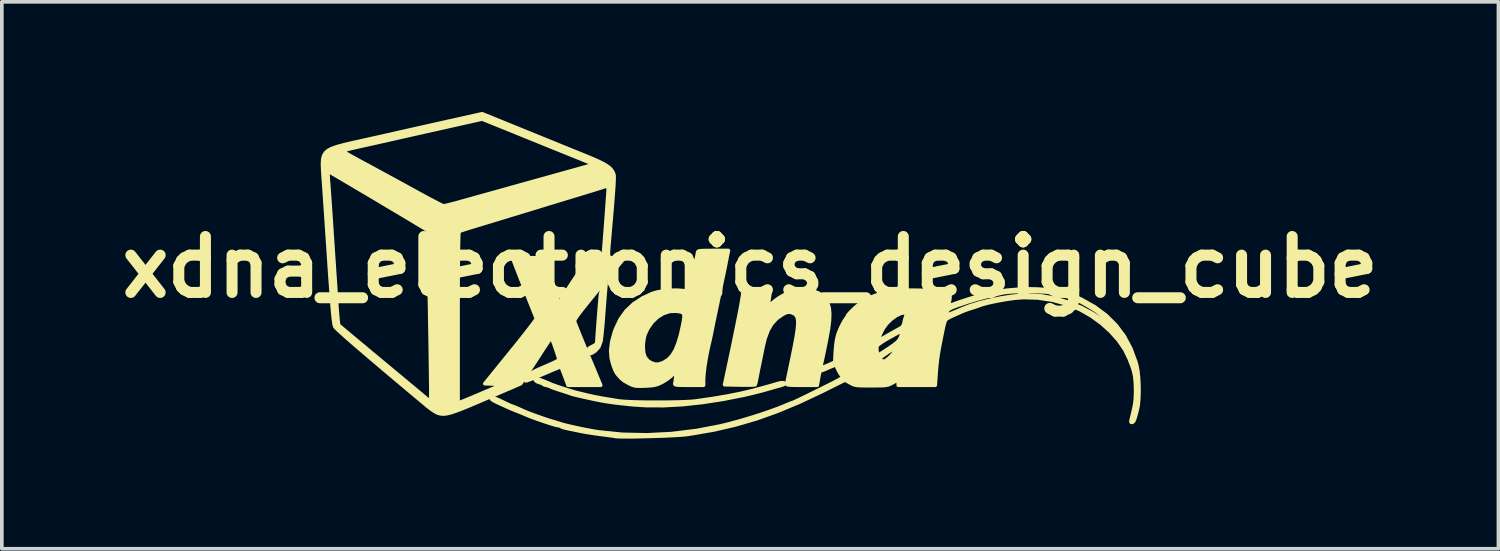
<source format=kicad_pcb>
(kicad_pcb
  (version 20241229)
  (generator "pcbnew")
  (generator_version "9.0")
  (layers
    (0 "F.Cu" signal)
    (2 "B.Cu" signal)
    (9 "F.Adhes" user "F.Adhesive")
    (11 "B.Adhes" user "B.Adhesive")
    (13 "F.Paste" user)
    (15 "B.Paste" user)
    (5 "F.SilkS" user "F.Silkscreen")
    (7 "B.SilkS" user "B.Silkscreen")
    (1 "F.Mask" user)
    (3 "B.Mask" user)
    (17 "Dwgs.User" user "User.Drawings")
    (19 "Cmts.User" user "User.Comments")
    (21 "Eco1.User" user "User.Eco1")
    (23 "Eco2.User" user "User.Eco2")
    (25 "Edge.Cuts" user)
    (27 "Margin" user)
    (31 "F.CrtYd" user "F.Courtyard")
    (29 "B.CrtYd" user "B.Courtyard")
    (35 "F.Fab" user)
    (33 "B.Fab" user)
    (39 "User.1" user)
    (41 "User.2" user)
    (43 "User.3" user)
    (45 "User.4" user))
  (footprint "xdna_electronics_design_cube"
    (layer "F.Cu")
    (at 17.388 4.228)
    (property "Reference" "xdna_electronics_design_cube" (at 0 0 0) (layer "F.SilkS") (effects (font (size 1.524 1.524) (thickness 0.3))))
    (attr through_hole)
    (fp_poly (pts (xy -3.924 0.437) (xy -3.937 0.564) (xy -3.943 0.631) (xy -3.952 0.743) (xy -3.964 0.89) (xy -3.977 1.061) (xy -3.991 1.246) (xy -3.994 1.284) (xy -4.008 1.471) (xy -4.024 1.649) (xy -4.039 1.806) (xy -4.053 1.93) (xy -4.064 2.011) (xy -4.066 2.021) (xy -4.121 2.169) (xy -4.222 2.283) (xy -4.308 2.338) (xy -4.355 2.354) (xy -4.379 2.327) (xy -4.385 2.306) (xy -4.398 2.249) (xy -4.39 2.215) (xy -4.35 2.187) (xy -4.29 2.159) (xy -4.22 2.118) (xy -4.18 2.076) (xy -4.177 2.063) (xy -4.174 2.012) (xy -4.168 1.916) (xy -4.159 1.784) (xy -4.148 1.628) (xy -4.135 1.457) (xy -4.121 1.283) (xy -4.108 1.116) (xy -4.096 0.967) (xy -4.085 0.846) (xy -4.078 0.763) (xy -4.076 0.745) (xy -4.043 0.612) (xy -3.991 0.519) (xy -3.924 0.437)) (stroke (width 0.1) (type solid)) (fill yes) (layer "F.SilkS"))
    (fp_poly (pts (xy 0.94 3.173) (xy 0.924 3.191) (xy 0.869 3.213) (xy 0.768 3.242) (xy 0.72 3.255) (xy 0.662 3.271) (xy 0.573 3.297) (xy 0.508 3.316) (xy 0.267 3.383) (xy -0.021 3.454) (xy -0.169 3.488) (xy -0.74 3.601) (xy -1.299 3.687) (xy -1.838 3.745) (xy -2.351 3.773) (xy -2.829 3.772) (xy -3.175 3.75) (xy -3.434 3.724) (xy -3.651 3.7) (xy -3.841 3.674) (xy -4.019 3.645) (xy -4.198 3.61) (xy -4.374 3.572) (xy -4.547 3.534) (xy -4.674 3.505) (xy -4.763 3.484) (xy -4.823 3.469) (xy -4.863 3.457) (xy -4.893 3.447) (xy -4.897 3.445) (xy -4.95 3.426) (xy -5.04 3.396) (xy -5.148 3.362) (xy -5.165 3.357) (xy -5.276 3.32) (xy -5.375 3.285) (xy -5.442 3.257) (xy -5.447 3.254) (xy -5.517 3.227) (xy -5.565 3.218) (xy -5.615 3.204) (xy -5.629 3.191) (xy -5.666 3.167) (xy -5.727 3.147) (xy -5.794 3.124) (xy -5.841 3.093) (xy -5.857 3.065) (xy -5.835 3.049) (xy -5.821 3.048) (xy -5.78 3.053) (xy -5.719 3.072) (xy -5.628 3.107) (xy -5.498 3.161) (xy -5.433 3.189) (xy -5.36 3.217) (xy -5.25 3.256) (xy -5.119 3.3) (xy -4.983 3.344) (xy -4.859 3.382) (xy -4.763 3.41) (xy -4.741 3.416) (xy -4.64 3.44) (xy -4.518 3.47) (xy -4.445 3.488) (xy -4.281 3.525) (xy -4.072 3.565) (xy -3.826 3.607) (xy -3.57 3.648) (xy -3.461 3.659) (xy -3.306 3.668) (xy -3.115 3.675) (xy -2.897 3.68) (xy -2.664 3.682) (xy -2.424 3.682) (xy -2.188 3.68) (xy -1.967 3.676) (xy -1.769 3.669) (xy -1.606 3.66) (xy -1.487 3.649) (xy -1.482 3.648) (xy -1.026 3.582) (xy -0.623 3.514) (xy -0.271 3.444) (xy 0.034 3.372) (xy 0.085 3.359) (xy 0.301 3.301) (xy 0.47 3.254) (xy 0.6 3.218) (xy 0.697 3.189) (xy 0.757 3.171) (xy 0.855 3.149) (xy 0.92 3.155) (xy 0.923 3.157) (xy 0.94 3.173)) (stroke (width 0.1) (type solid)) (fill yes) (layer "F.SilkS"))
    (fp_poly (pts (xy -0.592 -0.452) (xy -0.605 -0.388) (xy -0.619 -0.325) (xy -0.637 -0.231) (xy -0.649 -0.169) (xy -0.671 -0.057) (xy -0.698 0.078) (xy -0.72 0.183) (xy -0.758 0.36) (xy -0.8 0.561) (xy -0.849 0.8) (xy -0.887 0.988) (xy -0.917 1.129) (xy -0.949 1.282) (xy -0.973 1.397) (xy -1 1.526) (xy -1.027 1.659) (xy -1.045 1.75) (xy -1.066 1.856) (xy -1.095 1.989) (xy -1.126 2.122) (xy -1.128 2.131) (xy -1.17 2.322) (xy -1.207 2.522) (xy -1.238 2.718) (xy -1.259 2.893) (xy -1.269 3.033) (xy -1.27 3.064) (xy -1.27 3.217) (xy -1.667 3.217) (xy -1.8 3.217) (xy -1.8 1.368) (xy -1.801 1.294) (xy -1.824 1.249) (xy -1.872 1.223) (xy -1.948 1.208) (xy -2.014 1.199) (xy -2.191 1.205) (xy -2.365 1.262) (xy -2.528 1.363) (xy -2.674 1.504) (xy -2.794 1.679) (xy -2.868 1.842) (xy -2.891 1.934) (xy -2.909 2.055) (xy -2.915 2.16) (xy -2.904 2.332) (xy -2.86 2.463) (xy -2.78 2.558) (xy -2.708 2.603) (xy -2.599 2.644) (xy -2.497 2.646) (xy -2.38 2.607) (xy -2.351 2.594) (xy -2.232 2.518) (xy -2.13 2.412) (xy -2.042 2.269) (xy -1.966 2.085) (xy -1.897 1.854) (xy -1.848 1.637) (xy -1.816 1.48) (xy -1.8 1.368) (xy -1.8 3.217) (xy -1.824 3.217) (xy -1.933 3.215) (xy -2.001 3.21) (xy -2.038 3.201) (xy -2.051 3.187) (xy -2.05 3.168) (xy -2.039 3.115) (xy -2.029 3.039) (xy -2.021 2.956) (xy -2.015 2.881) (xy -2.015 2.829) (xy -2.019 2.814) (xy -2.021 2.817) (xy -2.072 2.888) (xy -2.159 2.972) (xy -2.268 3.056) (xy -2.385 3.129) (xy -2.411 3.142) (xy -2.5 3.184) (xy -2.58 3.21) (xy -2.67 3.226) (xy -2.787 3.235) (xy -2.865 3.239) (xy -2.997 3.242) (xy -3.089 3.24) (xy -3.16 3.229) (xy -3.226 3.206) (xy -3.305 3.168) (xy -3.314 3.164) (xy -3.423 3.102) (xy -3.509 3.035) (xy -3.593 2.943) (xy -3.633 2.893) (xy -3.673 2.822) (xy -3.716 2.714) (xy -3.756 2.589) (xy -3.783 2.475) (xy -3.798 2.269) (xy -3.769 2.034) (xy -3.698 1.774) (xy -3.663 1.679) (xy -3.538 1.417) (xy -3.377 1.193) (xy -3.176 1.003) (xy -2.931 0.842) (xy -2.669 0.72) (xy -2.537 0.681) (xy -2.369 0.651) (xy -2.186 0.633) (xy -2.008 0.628) (xy -1.856 0.638) (xy -1.85 0.639) (xy -1.736 0.652) (xy -1.67 0.651) (xy -1.649 0.637) (xy -1.638 0.595) (xy -1.618 0.509) (xy -1.592 0.39) (xy -1.562 0.25) (xy -1.531 0.1) (xy -1.5 -0.048) (xy -1.472 -0.184) (xy -1.45 -0.295) (xy -1.435 -0.371) (xy -1.431 -0.398) (xy -1.426 -0.419) (xy -1.409 -0.433) (xy -1.37 -0.443) (xy -1.302 -0.448) (xy -1.197 -0.451) (xy -1.045 -0.452) (xy -1.009 -0.452) (xy -0.592 -0.452)) (stroke (width 0.1) (type solid)) (fill yes) (layer "F.SilkS"))
    (fp_poly (pts (xy -3.436 -0.24) (xy -3.867 0.283) (xy -3.867 -2.111) (xy -3.872 -2.181) (xy -3.883 -2.217) (xy -3.89 -2.218) (xy -3.923 -2.206) (xy -4.002 -2.18) (xy -4.12 -2.143) (xy -4.268 -2.097) (xy -4.271 -2.096) (xy -4.271 -2.805) (xy -4.272 -2.811) (xy -4.283 -2.816) (xy -4.299 -2.821) (xy -4.304 -2.823) (xy -4.346 -2.839) (xy -4.434 -2.874) (xy -4.562 -2.926) (xy -4.724 -2.992) (xy -4.915 -3.069) (xy -5.127 -3.155) (xy -5.356 -3.247) (xy -5.595 -3.344) (xy -5.838 -3.443) (xy -6.079 -3.54) (xy -6.152 -3.57) (xy -6.336 -3.645) (xy -6.536 -3.726) (xy -6.731 -3.805) (xy -6.902 -3.874) (xy -6.946 -3.891) (xy -7.301 -4.035) (xy -7.665 -3.954) (xy -8.07 -3.863) (xy -8.485 -3.77) (xy -8.894 -3.678) (xy -9.283 -3.591) (xy -9.637 -3.511) (xy -9.751 -3.485) (xy -9.957 -3.438) (xy -10.176 -3.389) (xy -10.392 -3.341) (xy -10.586 -3.298) (xy -10.717 -3.269) (xy -10.857 -3.237) (xy -10.974 -3.207) (xy -11.059 -3.182) (xy -11.102 -3.164) (xy -11.105 -3.16) (xy -11.077 -3.141) (xy -11.007 -3.1) (xy -10.9 -3.039) (xy -10.763 -2.963) (xy -10.603 -2.875) (xy -10.435 -2.785) (xy -10.215 -2.666) (xy -9.963 -2.529) (xy -9.697 -2.384) (xy -9.433 -2.24) (xy -9.189 -2.106) (xy -9.088 -2.05) (xy -8.906 -1.951) (xy -8.739 -1.861) (xy -8.594 -1.785) (xy -8.477 -1.724) (xy -8.395 -1.684) (xy -8.355 -1.668) (xy -8.354 -1.668) (xy -8.313 -1.674) (xy -8.228 -1.694) (xy -8.111 -1.723) (xy -7.972 -1.76) (xy -7.916 -1.776) (xy -7.78 -1.814) (xy -7.601 -1.864) (xy -7.393 -1.922) (xy -7.167 -1.985) (xy -6.936 -2.049) (xy -6.745 -2.102) (xy -6.49 -2.174) (xy -6.203 -2.254) (xy -5.903 -2.337) (xy -5.609 -2.419) (xy -5.341 -2.494) (xy -5.221 -2.527) (xy -4.964 -2.599) (xy -4.755 -2.657) (xy -4.592 -2.703) (xy -4.468 -2.738) (xy -4.379 -2.764) (xy -4.319 -2.783) (xy -4.285 -2.796) (xy -4.271 -2.805) (xy -4.271 -2.096) (xy -4.439 -2.044) (xy -4.561 -2.007) (xy -4.765 -1.945) (xy -5.008 -1.871) (xy -5.275 -1.79) (xy -5.551 -1.706) (xy -5.821 -1.623) (xy -6.054 -1.552) (xy -6.293 -1.479) (xy -6.543 -1.403) (xy -6.791 -1.327) (xy -7.024 -1.256) (xy -7.229 -1.194) (xy -7.393 -1.144) (xy -7.402 -1.142) (xy -7.562 -1.093) (xy -7.705 -1.049) (xy -7.819 -1.012) (xy -7.898 -0.986) (xy -7.931 -0.973) (xy -7.936 -0.942) (xy -7.941 -0.856) (xy -7.945 -0.716) (xy -7.949 -0.525) (xy -7.952 -0.284) (xy -7.955 0.006) (xy -7.957 0.343) (xy -7.958 0.725) (xy -7.959 1.151) (xy -7.959 1.372) (xy -7.959 3.701) (xy -7.898 3.682) (xy -7.855 3.665) (xy -7.768 3.63) (xy -7.647 3.58) (xy -7.5 3.518) (xy -7.336 3.449) (xy -7.285 3.427) (xy -6.732 3.191) (xy -6.98 3.183) (xy -7.228 3.175) (xy -6.52 2.302) (xy -6.365 2.111) (xy -6.222 1.932) (xy -6.096 1.771) (xy -5.989 1.633) (xy -5.906 1.523) (xy -5.85 1.445) (xy -5.825 1.404) (xy -5.824 1.399) (xy -5.861 1.307) (xy -5.911 1.181) (xy -5.972 1.029) (xy -6.039 0.859) (xy -6.11 0.679) (xy -6.182 0.496) (xy -6.252 0.319) (xy -6.316 0.155) (xy -6.372 0.013) (xy -6.415 -0.099) (xy -6.444 -0.175) (xy -6.455 -0.205) (xy -6.457 -0.224) (xy -6.443 -0.237) (xy -6.406 -0.246) (xy -6.338 -0.251) (xy -6.232 -0.253) (xy -6.078 -0.254) (xy -6.043 -0.254) (xy -5.895 -0.254) (xy -5.769 -0.252) (xy -5.675 -0.251) (xy -5.623 -0.248) (xy -5.616 -0.247) (xy -5.607 -0.219) (xy -5.583 -0.146) (xy -5.545 -0.034) (xy -5.497 0.108) (xy -5.442 0.274) (xy -5.407 0.375) (xy -5.2 0.99) (xy -5.108 0.827) (xy -5.062 0.751) (xy -4.992 0.639) (xy -4.904 0.502) (xy -4.805 0.351) (xy -4.707 0.205) (xy -4.399 -0.254) (xy -4.203 -0.254) (xy -4.106 -0.255) (xy -4.036 -0.257) (xy -4.006 -0.261) (xy -4.006 -0.261) (xy -4.002 -0.302) (xy -3.994 -0.391) (xy -3.984 -0.52) (xy -3.971 -0.679) (xy -3.957 -0.861) (xy -3.942 -1.056) (xy -3.927 -1.257) (xy -3.912 -1.456) (xy -3.899 -1.643) (xy -3.887 -1.809) (xy -3.877 -1.948) (xy -3.87 -2.05) (xy -3.867 -2.106) (xy -3.867 -2.111) (xy -3.867 0.283) (xy -4.119 0.589) (xy -4.301 0.81) (xy -4.449 0.993) (xy -4.566 1.139) (xy -4.655 1.255) (xy -4.719 1.342) (xy -4.761 1.406) (xy -4.782 1.449) (xy -4.788 1.476) (xy -4.787 1.479) (xy -4.773 1.519) (xy -4.739 1.604) (xy -4.689 1.729) (xy -4.626 1.885) (xy -4.552 2.066) (xy -4.469 2.265) (xy -4.422 2.378) (xy -4.072 3.217) (xy -4.516 3.217) (xy -4.96 3.217) (xy -5.052 2.97) (xy -5.093 2.862) (xy -5.126 2.776) (xy -5.148 2.723) (xy -5.152 2.714) (xy -5.179 2.721) (xy -5.25 2.748) (xy -5.355 2.791) (xy -5.488 2.847) (xy -5.629 2.908) (xy -5.779 2.972) (xy -5.911 3.027) (xy -6.016 3.068) (xy -6.086 3.093) (xy -6.111 3.099) (xy -6.104 3.07) (xy -6.071 3.013) (xy -6.047 2.978) (xy -6.008 2.932) (xy -5.959 2.89) (xy -5.891 2.848) (xy -5.792 2.799) (xy -5.655 2.739) (xy -5.588 2.71) (xy -5.454 2.652) (xy -5.34 2.6) (xy -5.257 2.557) (xy -5.212 2.53) (xy -5.208 2.524) (xy -5.217 2.483) (xy -5.24 2.406) (xy -5.272 2.307) (xy -5.31 2.197) (xy -5.347 2.091) (xy -5.381 2) (xy -5.406 1.939) (xy -5.418 1.92) (xy -5.437 1.943) (xy -5.481 2.005) (xy -5.544 2.098) (xy -5.62 2.213) (xy -5.654 2.266) (xy -5.754 2.422) (xy -5.865 2.592) (xy -5.973 2.756) (xy -6.063 2.893) (xy -6.252 3.175) (xy -7.197 3.582) (xy -7.467 3.698) (xy -7.692 3.792) (xy -7.876 3.867) (xy -8.026 3.923) (xy -8.146 3.963) (xy -8.244 3.988) (xy -8.323 4.001) (xy -8.391 4.001) (xy -8.452 3.992) (xy -8.512 3.975) (xy -8.515 3.974) (xy -8.578 3.942) (xy -8.667 3.883) (xy -8.698 3.86) (xy -8.698 3.519) (xy -8.698 3.423) (xy -8.699 3.279) (xy -8.702 3.092) (xy -8.704 2.867) (xy -8.708 2.608) (xy -8.712 2.32) (xy -8.717 2.008) (xy -8.723 1.675) (xy -8.729 1.326) (xy -8.73 1.234) (xy -8.737 0.885) (xy -8.743 0.552) (xy -8.749 0.241) (xy -8.755 -0.046) (xy -8.76 -0.302) (xy -8.766 -0.526) (xy -8.77 -0.711) (xy -8.774 -0.854) (xy -8.777 -0.95) (xy -8.78 -0.996) (xy -8.78 -0.999) (xy -8.81 -1.018) (xy -8.883 -1.063) (xy -8.992 -1.129) (xy -9.134 -1.214) (xy -9.302 -1.315) (xy -9.492 -1.428) (xy -9.697 -1.55) (xy -9.914 -1.679) (xy -10.135 -1.811) (xy -10.357 -1.943) (xy -10.574 -2.071) (xy -10.781 -2.193) (xy -10.971 -2.306) (xy -11.141 -2.406) (xy -11.284 -2.49) (xy -11.396 -2.555) (xy -11.471 -2.598) (xy -11.504 -2.616) (xy -11.505 -2.616) (xy -11.506 -2.586) (xy -11.502 -2.512) (xy -11.496 -2.404) (xy -11.487 -2.285) (xy -11.477 -2.159) (xy -11.465 -1.99) (xy -11.451 -1.792) (xy -11.436 -1.58) (xy -11.422 -1.366) (xy -11.417 -1.298) (xy -11.406 -1.127) (xy -11.395 -0.961) (xy -11.384 -0.794) (xy -11.372 -0.62) (xy -11.36 -0.431) (xy -11.346 -0.221) (xy -11.33 0.016) (xy -11.312 0.288) (xy -11.291 0.6) (xy -11.267 0.96) (xy -11.259 1.087) (xy -11.247 1.246) (xy -11.235 1.385) (xy -11.224 1.494) (xy -11.214 1.564) (xy -11.209 1.585) (xy -11.184 1.606) (xy -11.12 1.66) (xy -11.02 1.743) (xy -10.889 1.853) (xy -10.73 1.986) (xy -10.547 2.138) (xy -10.345 2.307) (xy -10.126 2.489) (xy -9.948 2.637) (xy -8.707 3.67) (xy -8.699 3.564) (xy -8.698 3.519) (xy -8.698 3.86) (xy -8.768 3.808) (xy -8.812 3.772) (xy -9.253 3.403) (xy -9.65 3.07) (xy -10.004 2.771) (xy -10.315 2.507) (xy -10.584 2.278) (xy -10.81 2.084) (xy -10.994 1.923) (xy -11.136 1.796) (xy -11.237 1.703) (xy -11.296 1.643) (xy -11.314 1.619) (xy -11.324 1.592) (xy -11.334 1.551) (xy -11.343 1.491) (xy -11.354 1.41) (xy -11.365 1.305) (xy -11.378 1.17) (xy -11.392 1.003) (xy -11.408 0.8) (xy -11.425 0.558) (xy -11.446 0.273) (xy -11.469 -0.059) (xy -11.494 -0.441) (xy -11.514 -0.734) (xy -11.533 -1.018) (xy -11.552 -1.302) (xy -11.571 -1.577) (xy -11.588 -1.834) (xy -11.604 -2.066) (xy -11.618 -2.263) (xy -11.629 -2.416) (xy -11.633 -2.477) (xy -11.645 -2.663) (xy -11.65 -2.815) (xy -11.643 -2.937) (xy -11.618 -3.036) (xy -11.571 -3.115) (xy -11.497 -3.18) (xy -11.39 -3.234) (xy -11.247 -3.284) (xy -11.061 -3.334) (xy -10.829 -3.388) (xy -10.654 -3.427) (xy -10.473 -3.467) (xy -10.258 -3.515) (xy -10.026 -3.567) (xy -9.798 -3.618) (xy -9.638 -3.655) (xy -9.46 -3.695) (xy -9.24 -3.744) (xy -8.993 -3.8) (xy -8.73 -3.859) (xy -8.465 -3.918) (xy -8.213 -3.975) (xy -8.187 -3.98) (xy -7.301 -4.178) (xy -7.016 -4.062) (xy -6.886 -4.009) (xy -6.721 -3.942) (xy -6.54 -3.868) (xy -6.36 -3.795) (xy -6.294 -3.768) (xy -6.106 -3.691) (xy -5.888 -3.603) (xy -5.665 -3.512) (xy -5.457 -3.428) (xy -5.39 -3.401) (xy -5.202 -3.324) (xy -4.998 -3.241) (xy -4.796 -3.159) (xy -4.618 -3.087) (xy -4.551 -3.06) (xy -4.323 -2.966) (xy -4.142 -2.887) (xy -4.002 -2.818) (xy -3.897 -2.756) (xy -3.821 -2.697) (xy -3.768 -2.637) (xy -3.732 -2.572) (xy -3.712 -2.518) (xy -3.708 -2.486) (xy -3.707 -2.426) (xy -3.71 -2.334) (xy -3.717 -2.207) (xy -3.728 -2.043) (xy -3.744 -1.836) (xy -3.764 -1.584) (xy -3.789 -1.283) (xy -3.82 -0.931) (xy -3.825 -0.866) (xy -3.843 -0.665) (xy -3.856 -0.514) (xy -3.863 -0.404) (xy -3.86 -0.33) (xy -3.847 -0.285) (xy -3.821 -0.261) (xy -3.781 -0.251) (xy -3.724 -0.249) (xy -3.651 -0.248) (xy -3.436 -0.24)) (stroke (width 0.1) (type solid)) (fill yes) (layer "F.SilkS"))
    (fp_poly (pts (xy 10.594 3.401) (xy 10.587 3.592) (xy 10.572 3.754) (xy 10.557 3.838) (xy 10.518 3.995) (xy 10.487 4.104) (xy 10.461 4.174) (xy 10.437 4.212) (xy 10.411 4.227) (xy 10.41 4.228) (xy 10.38 4.225) (xy 10.376 4.193) (xy 10.387 4.143) (xy 10.431 3.966) (xy 10.462 3.827) (xy 10.483 3.713) (xy 10.495 3.609) (xy 10.501 3.498) (xy 10.503 3.367) (xy 10.503 3.355) (xy 10.498 3.144) (xy 10.48 2.973) (xy 10.448 2.825) (xy 10.415 2.723) (xy 10.394 2.668) (xy 10.36 2.58) (xy 10.329 2.498) (xy 10.273 2.383) (xy 10.273 2.161) (xy 10.253 2.137) (xy 10.24 2.128) (xy 10.221 2.125) (xy 10.228 2.141) (xy 10.256 2.171) (xy 10.273 2.165) (xy 10.273 2.161) (xy 10.273 2.383) (xy 10.216 2.266) (xy 10.216 2.074) (xy 10.202 2.06) (xy 10.188 2.074) (xy 10.202 2.088) (xy 10.216 2.074) (xy 10.216 2.266) (xy 10.205 2.244) (xy 10.177 2.203) (xy 10.177 2.019) (xy 10.15 1.969) (xy 10.14 1.954) (xy 9.938 1.671) (xy 9.726 1.438) (xy 9.567 1.303) (xy 9.504 1.253) (xy 9.461 1.219) (xy 9.454 1.212) (xy 9.423 1.189) (xy 9.357 1.147) (xy 9.271 1.094) (xy 9.176 1.038) (xy 9.088 0.987) (xy 9.019 0.949) (xy 8.982 0.931) (xy 8.981 0.931) (xy 8.943 0.919) (xy 8.89 0.894) (xy 8.79 0.852) (xy 8.642 0.801) (xy 8.452 0.745) (xy 8.34 0.715) (xy 8.226 0.694) (xy 8.069 0.678) (xy 7.881 0.667) (xy 7.676 0.661) (xy 7.466 0.661) (xy 7.265 0.665) (xy 7.085 0.675) (xy 6.939 0.69) (xy 6.872 0.702) (xy 6.628 0.759) (xy 6.428 0.807) (xy 6.257 0.852) (xy 6.105 0.895) (xy 5.957 0.94) (xy 5.813 0.988) (xy 5.65 1.043) (xy 5.534 1.086) (xy 5.454 1.122) (xy 5.404 1.154) (xy 5.375 1.188) (xy 5.358 1.229) (xy 5.353 1.248) (xy 5.334 1.324) (xy 5.538 1.239) (xy 5.644 1.195) (xy 5.735 1.157) (xy 5.794 1.131) (xy 5.8 1.129) (xy 6.008 1.049) (xy 6.257 0.973) (xy 6.533 0.904) (xy 6.819 0.845) (xy 7.1 0.8) (xy 7.361 0.772) (xy 7.555 0.763) (xy 7.926 0.784) (xy 8.298 0.849) (xy 8.663 0.955) (xy 9.014 1.097) (xy 9.342 1.272) (xy 9.639 1.476) (xy 9.898 1.706) (xy 10.088 1.926) (xy 10.143 1.996) (xy 10.174 2.028) (xy 10.177 2.019) (xy 10.177 2.203) (xy 10.033 1.994) (xy 9.819 1.754) (xy 9.571 1.531) (xy 9.296 1.331) (xy 9.002 1.162) (xy 8.696 1.029) (xy 8.636 1.008) (xy 8.241 0.9) (xy 7.842 0.84) (xy 7.451 0.828) (xy 7.225 0.844) (xy 7.026 0.871) (xy 6.823 0.905) (xy 6.628 0.943) (xy 6.455 0.982) (xy 6.316 1.021) (xy 6.251 1.044) (xy 6.193 1.065) (xy 6.104 1.094) (xy 6.04 1.115) (xy 5.936 1.148) (xy 5.841 1.183) (xy 5.8 1.199) (xy 5.729 1.231) (xy 5.63 1.274) (xy 5.539 1.314) (xy 5.445 1.358) (xy 5.369 1.4) (xy 5.331 1.429) (xy 5.309 1.475) (xy 5.284 1.559) (xy 5.26 1.658) (xy 5.234 1.785) (xy 5.204 1.935) (xy 5.176 2.074) (xy 5.135 2.293) (xy 5.104 2.497) (xy 5.08 2.712) (xy 5.063 2.928) (xy 5.043 3.217) (xy 4.54 3.217) (xy 4.258 3.217) (xy 4.258 1.288) (xy 4.249 1.252) (xy 4.203 1.242) (xy 4.2 1.242) (xy 4.09 1.265) (xy 3.966 1.328) (xy 3.839 1.422) (xy 3.722 1.537) (xy 3.634 1.656) (xy 3.594 1.728) (xy 3.553 1.813) (xy 3.517 1.896) (xy 3.492 1.964) (xy 3.484 2.001) (xy 3.487 2.004) (xy 3.515 1.991) (xy 3.579 1.955) (xy 3.668 1.905) (xy 3.705 1.884) (xy 3.822 1.817) (xy 3.939 1.751) (xy 4.034 1.699) (xy 4.044 1.694) (xy 4.126 1.645) (xy 4.17 1.597) (xy 4.191 1.535) (xy 4.193 1.525) (xy 4.212 1.436) (xy 4.235 1.362) (xy 4.235 1.36) (xy 4.258 1.288) (xy 4.258 3.217) (xy 4.149 3.217) (xy 4.149 1.723) (xy 4.029 1.787) (xy 3.819 1.902) (xy 3.655 1.997) (xy 3.538 2.074) (xy 3.471 2.129) (xy 3.455 2.153) (xy 3.449 2.205) (xy 3.453 2.277) (xy 3.464 2.346) (xy 3.479 2.392) (xy 3.487 2.399) (xy 3.514 2.384) (xy 3.579 2.344) (xy 3.67 2.285) (xy 3.78 2.213) (xy 3.909 2.124) (xy 3.999 2.053) (xy 4.058 1.99) (xy 4.096 1.924) (xy 4.122 1.844) (xy 4.133 1.8) (xy 4.149 1.723) (xy 4.149 3.217) (xy 4.036 3.217) (xy 4.036 3.147) (xy 4.031 3.094) (xy 4.023 3.076) (xy 3.994 3.089) (xy 3.98 3.096) (xy 3.98 2.214) (xy 3.975 2.187) (xy 3.949 2.197) (xy 3.889 2.231) (xy 3.81 2.281) (xy 3.724 2.338) (xy 3.643 2.394) (xy 3.581 2.44) (xy 3.551 2.467) (xy 3.548 2.51) (xy 3.584 2.55) (xy 3.641 2.568) (xy 3.643 2.568) (xy 3.69 2.549) (xy 3.758 2.5) (xy 3.821 2.443) (xy 3.9 2.354) (xy 3.955 2.275) (xy 3.98 2.214) (xy 3.98 3.096) (xy 3.931 3.122) (xy 3.875 3.153) (xy 3.821 3.182) (xy 3.772 3.203) (xy 3.716 3.216) (xy 3.643 3.225) (xy 3.541 3.229) (xy 3.401 3.23) (xy 3.302 3.23) (xy 3.135 3.23) (xy 3.013 3.229) (xy 2.926 3.223) (xy 2.862 3.213) (xy 2.811 3.197) (xy 2.761 3.173) (xy 2.725 3.153) (xy 2.586 3.075) (xy 1.935 3.399) (xy 1.327 3.685) (xy 0.741 3.929) (xy 0.168 4.133) (xy -0.404 4.3) (xy -0.983 4.434) (xy -1.581 4.538) (xy -1.75 4.562) (xy -1.847 4.571) (xy -1.983 4.581) (xy -2.152 4.59) (xy -2.342 4.599) (xy -2.548 4.606) (xy -2.758 4.612) (xy -2.966 4.617) (xy -3.163 4.621) (xy -3.339 4.622) (xy -3.486 4.622) (xy -3.597 4.619) (xy -3.661 4.614) (xy -3.669 4.612) (xy -3.712 4.604) (xy -3.799 4.592) (xy -3.917 4.576) (xy -4.05 4.559) (xy -4.206 4.538) (xy -4.365 4.514) (xy -4.505 4.492) (xy -4.586 4.477) (xy -4.774 4.438) (xy -4.914 4.409) (xy -5.014 4.387) (xy -5.08 4.371) (xy -5.121 4.358) (xy -5.143 4.347) (xy -5.149 4.342) (xy -5.199 4.321) (xy -5.223 4.318) (xy -5.274 4.309) (xy -5.366 4.283) (xy -5.488 4.246) (xy -5.626 4.2) (xy -5.771 4.15) (xy -5.91 4.1) (xy -6.031 4.054) (xy -6.122 4.015) (xy -6.138 4.008) (xy -6.196 3.983) (xy -6.283 3.948) (xy -6.35 3.922) (xy -6.468 3.875) (xy -6.593 3.821) (xy -6.646 3.797) (xy -6.759 3.745) (xy -6.879 3.691) (xy -6.921 3.671) (xy -7.004 3.627) (xy -7.05 3.59) (xy -7.052 3.564) (xy -7.016 3.556) (xy -6.975 3.568) (xy -6.897 3.6) (xy -6.796 3.646) (xy -6.749 3.669) (xy -6.646 3.719) (xy -6.563 3.757) (xy -6.513 3.779) (xy -6.504 3.782) (xy -6.471 3.793) (xy -6.401 3.821) (xy -6.308 3.86) (xy -6.207 3.905) (xy -6.167 3.924) (xy -6.09 3.956) (xy -5.975 4.001) (xy -5.838 4.051) (xy -5.695 4.102) (xy -5.561 4.148) (xy -5.453 4.182) (xy -5.433 4.188) (xy -5.33 4.219) (xy -5.239 4.247) (xy -5.193 4.262) (xy -5.098 4.291) (xy -4.96 4.325) (xy -4.795 4.363) (xy -4.614 4.402) (xy -4.432 4.438) (xy -4.263 4.469) (xy -4.135 4.49) (xy -3.489 4.556) (xy -2.823 4.571) (xy -2.143 4.537) (xy -1.454 4.452) (xy -0.818 4.33) (xy -0.569 4.269) (xy -0.295 4.195) (xy -0.008 4.11) (xy 0.277 4.02) (xy 0.548 3.928) (xy 0.79 3.839) (xy 0.992 3.756) (xy 1.007 3.75) (xy 1.082 3.718) (xy 1.133 3.699) (xy 1.144 3.697) (xy 1.175 3.685) (xy 1.247 3.652) (xy 1.353 3.602) (xy 1.485 3.538) (xy 1.633 3.466) (xy 1.789 3.389) (xy 1.946 3.312) (xy 2.094 3.238) (xy 2.226 3.172) (xy 2.332 3.117) (xy 2.405 3.079) (xy 2.42 3.07) (xy 2.49 3.028) (xy 2.518 3) (xy 2.511 2.973) (xy 2.49 2.947) (xy 2.447 2.887) (xy 2.401 2.803) (xy 2.388 2.776) (xy 2.336 2.658) (xy 2.234 2.7) (xy 2.138 2.739) (xy 2.047 2.78) (xy 2.042 2.782) (xy 1.974 2.809) (xy 1.927 2.822) (xy 1.925 2.822) (xy 1.902 2.847) (xy 1.882 2.908) (xy 1.88 2.921) (xy 1.862 3.024) (xy 1.845 3.119) (xy 1.828 3.217) (xy 1.406 3.217) (xy 1.244 3.217) (xy 1.129 3.215) (xy 1.056 3.21) (xy 1.015 3.202) (xy 0.998 3.189) (xy 0.997 3.171) (xy 0.998 3.168) (xy 1.008 3.128) (xy 1.027 3.04) (xy 1.054 2.913) (xy 1.087 2.755) (xy 1.125 2.575) (xy 1.157 2.42) (xy 1.213 2.14) (xy 1.256 1.909) (xy 1.285 1.723) (xy 1.3 1.576) (xy 1.3 1.463) (xy 1.286 1.379) (xy 1.258 1.319) (xy 1.216 1.277) (xy 1.159 1.248) (xy 1.134 1.24) (xy 1.067 1.224) (xy 1.01 1.229) (xy 0.942 1.256) (xy 0.888 1.286) (xy 0.726 1.398) (xy 0.593 1.542) (xy 0.487 1.724) (xy 0.404 1.948) (xy 0.341 2.215) (xy 0.318 2.337) (xy 0.289 2.478) (xy 0.268 2.582) (xy 0.239 2.72) (xy 0.208 2.875) (xy 0.187 2.985) (xy 0.167 3.087) (xy 0.149 3.164) (xy 0.136 3.203) (xy 0.135 3.205) (xy 0.103 3.209) (xy 0.025 3.212) (xy -0.088 3.213) (xy -0.227 3.212) (xy -0.287 3.211) (xy -0.695 3.203) (xy -0.605 2.78) (xy -0.535 2.448) (xy -0.468 2.131) (xy -0.408 1.837) (xy -0.353 1.569) (xy -0.306 1.335) (xy -0.268 1.14) (xy -0.24 0.989) (xy -0.224 0.896) (xy -0.19 0.677) (xy 0.177 0.677) (xy 0.544 0.677) (xy 0.527 0.797) (xy 0.511 0.9) (xy 0.494 0.998) (xy 0.491 1.012) (xy 0.472 1.107) (xy 0.606 0.976) (xy 0.699 0.899) (xy 0.82 0.817) (xy 0.944 0.747) (xy 0.955 0.741) (xy 1.066 0.69) (xy 1.152 0.658) (xy 1.237 0.642) (xy 1.342 0.636) (xy 1.425 0.636) (xy 1.61 0.642) (xy 1.752 0.666) (xy 1.865 0.71) (xy 1.961 0.778) (xy 1.968 0.784) (xy 2.052 0.876) (xy 2.113 0.983) (xy 2.152 1.11) (xy 2.167 1.264) (xy 2.161 1.451) (xy 2.134 1.677) (xy 2.085 1.949) (xy 2.077 1.99) (xy 2.036 2.194) (xy 1.998 2.374) (xy 1.967 2.52) (xy 1.943 2.625) (xy 1.93 2.674) (xy 1.924 2.716) (xy 1.941 2.734) (xy 1.989 2.726) (xy 2.075 2.693) (xy 2.142 2.664) (xy 2.307 2.59) (xy 2.323 2.29) (xy 2.34 2.103) (xy 2.366 1.94) (xy 2.395 1.83) (xy 2.447 1.698) (xy 2.507 1.57) (xy 2.567 1.461) (xy 2.618 1.389) (xy 2.648 1.346) (xy 2.653 1.328) (xy 2.673 1.295) (xy 2.723 1.237) (xy 2.792 1.167) (xy 2.867 1.097) (xy 2.936 1.039) (xy 2.986 1.005) (xy 2.995 1.001) (xy 3.039 0.978) (xy 3.048 0.964) (xy 3.073 0.936) (xy 3.14 0.895) (xy 3.238 0.847) (xy 3.355 0.796) (xy 3.481 0.747) (xy 3.604 0.707) (xy 3.657 0.691) (xy 3.806 0.663) (xy 3.996 0.643) (xy 4.215 0.632) (xy 4.45 0.629) (xy 4.687 0.634) (xy 4.913 0.647) (xy 5.116 0.667) (xy 5.281 0.696) (xy 5.341 0.711) (xy 5.405 0.737) (xy 5.439 0.773) (xy 5.445 0.834) (xy 5.429 0.933) (xy 5.421 0.966) (xy 5.408 1.032) (xy 5.414 1.056) (xy 5.442 1.048) (xy 5.443 1.047) (xy 5.495 1.026) (xy 5.587 0.992) (xy 5.706 0.95) (xy 5.84 0.906) (xy 5.973 0.862) (xy 6.094 0.825) (xy 6.152 0.808) (xy 6.579 0.701) (xy 6.984 0.632) (xy 7.384 0.597) (xy 7.608 0.593) (xy 7.825 0.598) (xy 8.038 0.612) (xy 8.236 0.634) (xy 8.405 0.662) (xy 8.534 0.694) (xy 8.565 0.706) (xy 8.635 0.729) (xy 8.707 0.748) (xy 8.77 0.768) (xy 8.866 0.807) (xy 8.98 0.858) (xy 9.027 0.88) (xy 9.387 1.082) (xy 9.701 1.315) (xy 9.969 1.582) (xy 10.193 1.882) (xy 10.372 2.217) (xy 10.508 2.588) (xy 10.534 2.681) (xy 10.561 2.822) (xy 10.58 2.999) (xy 10.591 3.198) (xy 10.594 3.401)) (stroke (width 0.1) (type solid)) (fill yes) (layer "F.SilkS")))
  (gr_rect
    (start -3 -3)
    (end 37.776 11.901)
    (stroke (width 0.1) (type default))
    (fill no)
    (layer "Edge.Cuts")))
</source>
